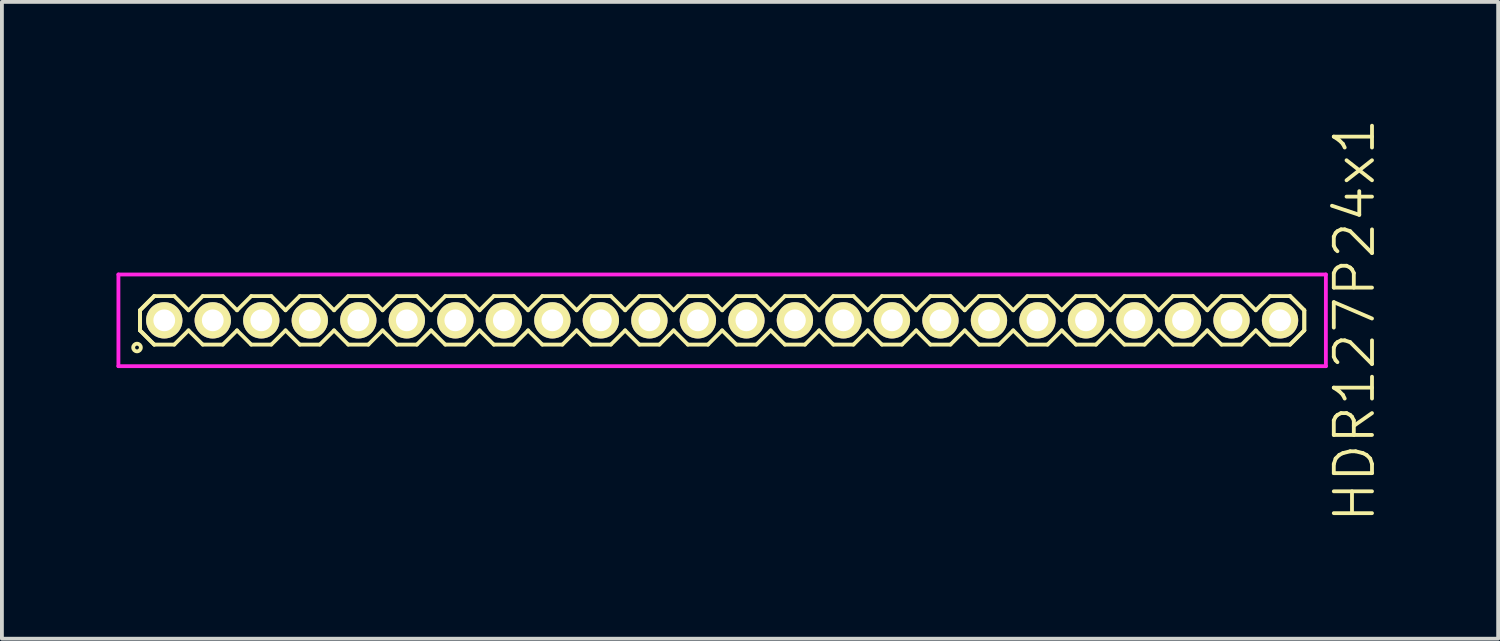
<source format=kicad_pcb>
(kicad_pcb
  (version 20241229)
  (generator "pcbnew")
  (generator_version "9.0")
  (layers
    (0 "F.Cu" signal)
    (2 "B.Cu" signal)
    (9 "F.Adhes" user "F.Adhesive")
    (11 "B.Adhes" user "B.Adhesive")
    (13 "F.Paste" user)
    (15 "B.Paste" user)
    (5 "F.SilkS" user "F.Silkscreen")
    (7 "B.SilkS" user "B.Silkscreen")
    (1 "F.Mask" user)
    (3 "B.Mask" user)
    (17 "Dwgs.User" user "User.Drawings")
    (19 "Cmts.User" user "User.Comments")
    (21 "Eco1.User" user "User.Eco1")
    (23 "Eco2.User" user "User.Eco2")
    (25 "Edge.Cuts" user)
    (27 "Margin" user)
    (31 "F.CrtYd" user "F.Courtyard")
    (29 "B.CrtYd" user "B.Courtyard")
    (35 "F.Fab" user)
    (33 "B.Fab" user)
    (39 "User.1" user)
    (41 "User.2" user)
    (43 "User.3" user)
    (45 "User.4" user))
  (footprint "HDR127P24x1"
    (layer "F.Cu")
    (at 15.855 5.336)
    (property "Reference" "HDR127P24x1" (at 16.555 0 90) (layer "F.SilkS") (effects (font (size 1 1) (thickness 0.1))))
    (attr through_hole)
    (fp_line (start -15.24 -0.263) (end -14.868 -0.635) (stroke (width 0.1) (type solid)) (layer "F.SilkS"))
    (fp_line (start -15.24 -0.263) (end -14.868 -0.635) (stroke (width 0.1) (type solid)) (layer "F.SilkS"))
    (fp_line (start -15.24 0.263) (end -15.24 -0.263) (stroke (width 0.1) (type solid)) (layer "F.SilkS"))
    (fp_line (start -15.24 0.263) (end -15.24 -0.263) (stroke (width 0.1) (type solid)) (layer "F.SilkS"))
    (fp_line (start -14.868 -0.635) (end -14.342 -0.635) (stroke (width 0.1) (type solid)) (layer "F.SilkS"))
    (fp_line (start -14.868 0.635) (end -15.24 0.263) (stroke (width 0.1) (type solid)) (layer "F.SilkS"))
    (fp_line (start -14.868 0.635) (end -15.24 0.263) (stroke (width 0.1) (type solid)) (layer "F.SilkS"))
    (fp_line (start -14.342 -0.635) (end -13.97 -0.263) (stroke (width 0.1) (type solid)) (layer "F.SilkS"))
    (fp_line (start -14.342 0.635) (end -14.868 0.635) (stroke (width 0.1) (type solid)) (layer "F.SilkS"))
    (fp_line (start -13.97 -0.263) (end -13.598 -0.635) (stroke (width 0.1) (type solid)) (layer "F.SilkS"))
    (fp_line (start -13.97 0.263) (end -14.342 0.635) (stroke (width 0.1) (type solid)) (layer "F.SilkS"))
    (fp_line (start -13.598 -0.635) (end -13.072 -0.635) (stroke (width 0.1) (type solid)) (layer "F.SilkS"))
    (fp_line (start -13.598 0.635) (end -13.97 0.263) (stroke (width 0.1) (type solid)) (layer "F.SilkS"))
    (fp_line (start -13.072 -0.635) (end -12.7 -0.263) (stroke (width 0.1) (type solid)) (layer "F.SilkS"))
    (fp_line (start -13.072 0.635) (end -13.598 0.635) (stroke (width 0.1) (type solid)) (layer "F.SilkS"))
    (fp_line (start -12.7 -0.263) (end -12.328 -0.635) (stroke (width 0.1) (type solid)) (layer "F.SilkS"))
    (fp_line (start -12.7 0.263) (end -13.072 0.635) (stroke (width 0.1) (type solid)) (layer "F.SilkS"))
    (fp_line (start -12.328 -0.635) (end -11.802 -0.635) (stroke (width 0.1) (type solid)) (layer "F.SilkS"))
    (fp_line (start -12.328 0.635) (end -12.7 0.263) (stroke (width 0.1) (type solid)) (layer "F.SilkS"))
    (fp_line (start -11.802 -0.635) (end -11.43 -0.263) (stroke (width 0.1) (type solid)) (layer "F.SilkS"))
    (fp_line (start -11.802 0.635) (end -12.328 0.635) (stroke (width 0.1) (type solid)) (layer "F.SilkS"))
    (fp_line (start -11.43 -0.263) (end -11.058 -0.635) (stroke (width 0.1) (type solid)) (layer "F.SilkS"))
    (fp_line (start -11.43 0.263) (end -11.802 0.635) (stroke (width 0.1) (type solid)) (layer "F.SilkS"))
    (fp_line (start -11.058 -0.635) (end -10.532 -0.635) (stroke (width 0.1) (type solid)) (layer "F.SilkS"))
    (fp_line (start -11.058 0.635) (end -11.43 0.263) (stroke (width 0.1) (type solid)) (layer "F.SilkS"))
    (fp_line (start -10.532 -0.635) (end -10.16 -0.263) (stroke (width 0.1) (type solid)) (layer "F.SilkS"))
    (fp_line (start -10.532 0.635) (end -11.058 0.635) (stroke (width 0.1) (type solid)) (layer "F.SilkS"))
    (fp_line (start -10.16 -0.263) (end -9.788 -0.635) (stroke (width 0.1) (type solid)) (layer "F.SilkS"))
    (fp_line (start -10.16 0.263) (end -10.532 0.635) (stroke (width 0.1) (type solid)) (layer "F.SilkS"))
    (fp_line (start -9.788 -0.635) (end -9.262 -0.635) (stroke (width 0.1) (type solid)) (layer "F.SilkS"))
    (fp_line (start -9.788 0.635) (end -10.16 0.263) (stroke (width 0.1) (type solid)) (layer "F.SilkS"))
    (fp_line (start -9.262 -0.635) (end -8.89 -0.263) (stroke (width 0.1) (type solid)) (layer "F.SilkS"))
    (fp_line (start -9.262 0.635) (end -9.788 0.635) (stroke (width 0.1) (type solid)) (layer "F.SilkS"))
    (fp_line (start -8.89 -0.263) (end -8.518 -0.635) (stroke (width 0.1) (type solid)) (layer "F.SilkS"))
    (fp_line (start -8.89 0.263) (end -9.262 0.635) (stroke (width 0.1) (type solid)) (layer "F.SilkS"))
    (fp_line (start -8.518 -0.635) (end -7.992 -0.635) (stroke (width 0.1) (type solid)) (layer "F.SilkS"))
    (fp_line (start -8.518 0.635) (end -8.89 0.263) (stroke (width 0.1) (type solid)) (layer "F.SilkS"))
    (fp_line (start -7.992 -0.635) (end -7.62 -0.263) (stroke (width 0.1) (type solid)) (layer "F.SilkS"))
    (fp_line (start -7.992 0.635) (end -8.518 0.635) (stroke (width 0.1) (type solid)) (layer "F.SilkS"))
    (fp_line (start -7.62 -0.263) (end -7.248 -0.635) (stroke (width 0.1) (type solid)) (layer "F.SilkS"))
    (fp_line (start -7.62 0.263) (end -7.992 0.635) (stroke (width 0.1) (type solid)) (layer "F.SilkS"))
    (fp_line (start -7.248 -0.635) (end -6.722 -0.635) (stroke (width 0.1) (type solid)) (layer "F.SilkS"))
    (fp_line (start -7.248 0.635) (end -7.62 0.263) (stroke (width 0.1) (type solid)) (layer "F.SilkS"))
    (fp_line (start -6.722 -0.635) (end -6.35 -0.263) (stroke (width 0.1) (type solid)) (layer "F.SilkS"))
    (fp_line (start -6.722 0.635) (end -7.248 0.635) (stroke (width 0.1) (type solid)) (layer "F.SilkS"))
    (fp_line (start -6.35 -0.263) (end -5.978 -0.635) (stroke (width 0.1) (type solid)) (layer "F.SilkS"))
    (fp_line (start -6.35 0.263) (end -6.722 0.635) (stroke (width 0.1) (type solid)) (layer "F.SilkS"))
    (fp_line (start -5.978 -0.635) (end -5.452 -0.635) (stroke (width 0.1) (type solid)) (layer "F.SilkS"))
    (fp_line (start -5.978 0.635) (end -6.35 0.263) (stroke (width 0.1) (type solid)) (layer "F.SilkS"))
    (fp_line (start -5.452 -0.635) (end -5.08 -0.263) (stroke (width 0.1) (type solid)) (layer "F.SilkS"))
    (fp_line (start -5.452 0.635) (end -5.978 0.635) (stroke (width 0.1) (type solid)) (layer "F.SilkS"))
    (fp_line (start -5.08 -0.263) (end -4.708 -0.635) (stroke (width 0.1) (type solid)) (layer "F.SilkS"))
    (fp_line (start -5.08 0.263) (end -5.452 0.635) (stroke (width 0.1) (type solid)) (layer "F.SilkS"))
    (fp_line (start -4.708 -0.635) (end -4.182 -0.635) (stroke (width 0.1) (type solid)) (layer "F.SilkS"))
    (fp_line (start -4.708 0.635) (end -5.08 0.263) (stroke (width 0.1) (type solid)) (layer "F.SilkS"))
    (fp_line (start -4.182 -0.635) (end -3.81 -0.263) (stroke (width 0.1) (type solid)) (layer "F.SilkS"))
    (fp_line (start -4.182 0.635) (end -4.708 0.635) (stroke (width 0.1) (type solid)) (layer "F.SilkS"))
    (fp_line (start -3.81 -0.263) (end -3.438 -0.635) (stroke (width 0.1) (type solid)) (layer "F.SilkS"))
    (fp_line (start -3.81 0.263) (end -4.182 0.635) (stroke (width 0.1) (type solid)) (layer "F.SilkS"))
    (fp_line (start -3.438 -0.635) (end -2.912 -0.635) (stroke (width 0.1) (type solid)) (layer "F.SilkS"))
    (fp_line (start -3.438 0.635) (end -3.81 0.263) (stroke (width 0.1) (type solid)) (layer "F.SilkS"))
    (fp_line (start -2.912 -0.635) (end -2.54 -0.263) (stroke (width 0.1) (type solid)) (layer "F.SilkS"))
    (fp_line (start -2.912 0.635) (end -3.438 0.635) (stroke (width 0.1) (type solid)) (layer "F.SilkS"))
    (fp_line (start -2.54 -0.263) (end -2.168 -0.635) (stroke (width 0.1) (type solid)) (layer "F.SilkS"))
    (fp_line (start -2.54 0.263) (end -2.912 0.635) (stroke (width 0.1) (type solid)) (layer "F.SilkS"))
    (fp_line (start -2.168 -0.635) (end -1.642 -0.635) (stroke (width 0.1) (type solid)) (layer "F.SilkS"))
    (fp_line (start -2.168 0.635) (end -2.54 0.263) (stroke (width 0.1) (type solid)) (layer "F.SilkS"))
    (fp_line (start -1.642 -0.635) (end -1.27 -0.263) (stroke (width 0.1) (type solid)) (layer "F.SilkS"))
    (fp_line (start -1.642 0.635) (end -2.168 0.635) (stroke (width 0.1) (type solid)) (layer "F.SilkS"))
    (fp_line (start -1.27 -0.263) (end -0.898 -0.635) (stroke (width 0.1) (type solid)) (layer "F.SilkS"))
    (fp_line (start -1.27 0.263) (end -1.642 0.635) (stroke (width 0.1) (type solid)) (layer "F.SilkS"))
    (fp_line (start -0.898 -0.635) (end -0.372 -0.635) (stroke (width 0.1) (type solid)) (layer "F.SilkS"))
    (fp_line (start -0.898 0.635) (end -1.27 0.263) (stroke (width 0.1) (type solid)) (layer "F.SilkS"))
    (fp_line (start -0.372 -0.635) (end 0 -0.263) (stroke (width 0.1) (type solid)) (layer "F.SilkS"))
    (fp_line (start -0.372 0.635) (end -0.898 0.635) (stroke (width 0.1) (type solid)) (layer "F.SilkS"))
    (fp_line (start 0 -0.263) (end 0.372 -0.635) (stroke (width 0.1) (type solid)) (layer "F.SilkS"))
    (fp_line (start 0 0.263) (end -0.372 0.635) (stroke (width 0.1) (type solid)) (layer "F.SilkS"))
    (fp_line (start 0.372 -0.635) (end 0.898 -0.635) (stroke (width 0.1) (type solid)) (layer "F.SilkS"))
    (fp_line (start 0.372 0.635) (end 0 0.263) (stroke (width 0.1) (type solid)) (layer "F.SilkS"))
    (fp_line (start 0.898 -0.635) (end 1.27 -0.263) (stroke (width 0.1) (type solid)) (layer "F.SilkS"))
    (fp_line (start 0.898 0.635) (end 0.372 0.635) (stroke (width 0.1) (type solid)) (layer "F.SilkS"))
    (fp_line (start 1.27 -0.263) (end 1.642 -0.635) (stroke (width 0.1) (type solid)) (layer "F.SilkS"))
    (fp_line (start 1.27 0.263) (end 0.898 0.635) (stroke (width 0.1) (type solid)) (layer "F.SilkS"))
    (fp_line (start 1.642 -0.635) (end 2.168 -0.635) (stroke (width 0.1) (type solid)) (layer "F.SilkS"))
    (fp_line (start 1.642 0.635) (end 1.27 0.263) (stroke (width 0.1) (type solid)) (layer "F.SilkS"))
    (fp_line (start 2.168 -0.635) (end 2.54 -0.263) (stroke (width 0.1) (type solid)) (layer "F.SilkS"))
    (fp_line (start 2.168 0.635) (end 1.642 0.635) (stroke (width 0.1) (type solid)) (layer "F.SilkS"))
    (fp_line (start 2.54 -0.263) (end 2.912 -0.635) (stroke (width 0.1) (type solid)) (layer "F.SilkS"))
    (fp_line (start 2.54 0.263) (end 2.168 0.635) (stroke (width 0.1) (type solid)) (layer "F.SilkS"))
    (fp_line (start 2.912 -0.635) (end 3.438 -0.635) (stroke (width 0.1) (type solid)) (layer "F.SilkS"))
    (fp_line (start 2.912 0.635) (end 2.54 0.263) (stroke (width 0.1) (type solid)) (layer "F.SilkS"))
    (fp_line (start 3.438 -0.635) (end 3.81 -0.263) (stroke (width 0.1) (type solid)) (layer "F.SilkS"))
    (fp_line (start 3.438 0.635) (end 2.912 0.635) (stroke (width 0.1) (type solid)) (layer "F.SilkS"))
    (fp_line (start 3.81 -0.263) (end 4.182 -0.635) (stroke (width 0.1) (type solid)) (layer "F.SilkS"))
    (fp_line (start 3.81 0.263) (end 3.438 0.635) (stroke (width 0.1) (type solid)) (layer "F.SilkS"))
    (fp_line (start 4.182 -0.635) (end 4.708 -0.635) (stroke (width 0.1) (type solid)) (layer "F.SilkS"))
    (fp_line (start 4.182 0.635) (end 3.81 0.263) (stroke (width 0.1) (type solid)) (layer "F.SilkS"))
    (fp_line (start 4.708 -0.635) (end 5.08 -0.263) (stroke (width 0.1) (type solid)) (layer "F.SilkS"))
    (fp_line (start 4.708 0.635) (end 4.182 0.635) (stroke (width 0.1) (type solid)) (layer "F.SilkS"))
    (fp_line (start 5.08 -0.263) (end 5.452 -0.635) (stroke (width 0.1) (type solid)) (layer "F.SilkS"))
    (fp_line (start 5.08 0.263) (end 4.708 0.635) (stroke (width 0.1) (type solid)) (layer "F.SilkS"))
    (fp_line (start 5.452 -0.635) (end 5.978 -0.635) (stroke (width 0.1) (type solid)) (layer "F.SilkS"))
    (fp_line (start 5.452 0.635) (end 5.08 0.263) (stroke (width 0.1) (type solid)) (layer "F.SilkS"))
    (fp_line (start 5.978 -0.635) (end 6.35 -0.263) (stroke (width 0.1) (type solid)) (layer "F.SilkS"))
    (fp_line (start 5.978 0.635) (end 5.452 0.635) (stroke (width 0.1) (type solid)) (layer "F.SilkS"))
    (fp_line (start 6.35 -0.263) (end 6.722 -0.635) (stroke (width 0.1) (type solid)) (layer "F.SilkS"))
    (fp_line (start 6.35 0.263) (end 5.978 0.635) (stroke (width 0.1) (type solid)) (layer "F.SilkS"))
    (fp_line (start 6.722 -0.635) (end 7.248 -0.635) (stroke (width 0.1) (type solid)) (layer "F.SilkS"))
    (fp_line (start 6.722 0.635) (end 6.35 0.263) (stroke (width 0.1) (type solid)) (layer "F.SilkS"))
    (fp_line (start 7.248 -0.635) (end 7.62 -0.263) (stroke (width 0.1) (type solid)) (layer "F.SilkS"))
    (fp_line (start 7.248 0.635) (end 6.722 0.635) (stroke (width 0.1) (type solid)) (layer "F.SilkS"))
    (fp_line (start 7.62 -0.263) (end 7.992 -0.635) (stroke (width 0.1) (type solid)) (layer "F.SilkS"))
    (fp_line (start 7.62 0.263) (end 7.248 0.635) (stroke (width 0.1) (type solid)) (layer "F.SilkS"))
    (fp_line (start 7.992 -0.635) (end 8.518 -0.635) (stroke (width 0.1) (type solid)) (layer "F.SilkS"))
    (fp_line (start 7.992 0.635) (end 7.62 0.263) (stroke (width 0.1) (type solid)) (layer "F.SilkS"))
    (fp_line (start 8.518 -0.635) (end 8.89 -0.263) (stroke (width 0.1) (type solid)) (layer "F.SilkS"))
    (fp_line (start 8.518 0.635) (end 7.992 0.635) (stroke (width 0.1) (type solid)) (layer "F.SilkS"))
    (fp_line (start 8.89 -0.263) (end 9.262 -0.635) (stroke (width 0.1) (type solid)) (layer "F.SilkS"))
    (fp_line (start 8.89 0.263) (end 8.518 0.635) (stroke (width 0.1) (type solid)) (layer "F.SilkS"))
    (fp_line (start 9.262 -0.635) (end 9.788 -0.635) (stroke (width 0.1) (type solid)) (layer "F.SilkS"))
    (fp_line (start 9.262 0.635) (end 8.89 0.263) (stroke (width 0.1) (type solid)) (layer "F.SilkS"))
    (fp_line (start 9.788 -0.635) (end 10.16 -0.263) (stroke (width 0.1) (type solid)) (layer "F.SilkS"))
    (fp_line (start 9.788 0.635) (end 9.262 0.635) (stroke (width 0.1) (type solid)) (layer "F.SilkS"))
    (fp_line (start 10.16 -0.263) (end 10.532 -0.635) (stroke (width 0.1) (type solid)) (layer "F.SilkS"))
    (fp_line (start 10.16 0.263) (end 9.788 0.635) (stroke (width 0.1) (type solid)) (layer "F.SilkS"))
    (fp_line (start 10.532 -0.635) (end 11.058 -0.635) (stroke (width 0.1) (type solid)) (layer "F.SilkS"))
    (fp_line (start 10.532 0.635) (end 10.16 0.263) (stroke (width 0.1) (type solid)) (layer "F.SilkS"))
    (fp_line (start 11.058 -0.635) (end 11.43 -0.263) (stroke (width 0.1) (type solid)) (layer "F.SilkS"))
    (fp_line (start 11.058 0.635) (end 10.532 0.635) (stroke (width 0.1) (type solid)) (layer "F.SilkS"))
    (fp_line (start 11.43 -0.263) (end 11.802 -0.635) (stroke (width 0.1) (type solid)) (layer "F.SilkS"))
    (fp_line (start 11.43 0.263) (end 11.058 0.635) (stroke (width 0.1) (type solid)) (layer "F.SilkS"))
    (fp_line (start 11.802 -0.635) (end 12.328 -0.635) (stroke (width 0.1) (type solid)) (layer "F.SilkS"))
    (fp_line (start 11.802 0.635) (end 11.43 0.263) (stroke (width 0.1) (type solid)) (layer "F.SilkS"))
    (fp_line (start 12.328 -0.635) (end 12.7 -0.263) (stroke (width 0.1) (type solid)) (layer "F.SilkS"))
    (fp_line (start 12.328 0.635) (end 11.802 0.635) (stroke (width 0.1) (type solid)) (layer "F.SilkS"))
    (fp_line (start 12.7 -0.263) (end 13.072 -0.635) (stroke (width 0.1) (type solid)) (layer "F.SilkS"))
    (fp_line (start 12.7 0.263) (end 12.328 0.635) (stroke (width 0.1) (type solid)) (layer "F.SilkS"))
    (fp_line (start 13.072 -0.635) (end 13.598 -0.635) (stroke (width 0.1) (type solid)) (layer "F.SilkS"))
    (fp_line (start 13.072 0.635) (end 12.7 0.263) (stroke (width 0.1) (type solid)) (layer "F.SilkS"))
    (fp_line (start 13.598 -0.635) (end 13.97 -0.263) (stroke (width 0.1) (type solid)) (layer "F.SilkS"))
    (fp_line (start 13.598 0.635) (end 13.072 0.635) (stroke (width 0.1) (type solid)) (layer "F.SilkS"))
    (fp_line (start 13.97 -0.263) (end 14.342 -0.635) (stroke (width 0.1) (type solid)) (layer "F.SilkS"))
    (fp_line (start 13.97 0.263) (end 13.598 0.635) (stroke (width 0.1) (type solid)) (layer "F.SilkS"))
    (fp_line (start 14.342 -0.635) (end 14.868 -0.635) (stroke (width 0.1) (type solid)) (layer "F.SilkS"))
    (fp_line (start 14.342 0.635) (end 13.97 0.263) (stroke (width 0.1) (type solid)) (layer "F.SilkS"))
    (fp_line (start 14.868 -0.635) (end 15.24 -0.263) (stroke (width 0.1) (type solid)) (layer "F.SilkS"))
    (fp_line (start 14.868 -0.635) (end 15.24 -0.263) (stroke (width 0.1) (type solid)) (layer "F.SilkS"))
    (fp_line (start 14.868 0.635) (end 14.342 0.635) (stroke (width 0.1) (type solid)) (layer "F.SilkS"))
    (fp_line (start 15.24 -0.263) (end 15.24 0.263) (stroke (width 0.1) (type solid)) (layer "F.SilkS"))
    (fp_line (start 15.24 -0.263) (end 15.24 0.263) (stroke (width 0.1) (type solid)) (layer "F.SilkS"))
    (fp_line (start 15.24 0.263) (end 14.868 0.635) (stroke (width 0.1) (type solid)) (layer "F.SilkS"))
    (fp_line (start 15.24 0.263) (end 14.868 0.635) (stroke (width 0.1) (type solid)) (layer "F.SilkS"))
    (fp_circle (center -15.318 0.712) (end -15.218 0.712) (stroke (width 0.1) (type solid)) (fill no) (layer "F.SilkS"))
    (fp_line (start -15.805 -1.2) (end -15.805 1.2) (stroke (width 0.1) (type solid)) (layer "F.CrtYd"))
    (fp_line (start -15.805 1.2) (end 15.805 1.2) (stroke (width 0.1) (type solid)) (layer "F.CrtYd"))
    (fp_line (start 15.805 -1.2) (end -15.805 -1.2) (stroke (width 0.1) (type solid)) (layer "F.CrtYd"))
    (fp_line (start 15.805 1.2) (end 15.805 -1.2) (stroke (width 0.1) (type solid)) (layer "F.CrtYd"))
    (pad "1" thru_hole oval (at -14.605 0) (size 0.95 0.95) (drill 0.57) (layers "*.Cu" "*.Mask" "F.SilkS"))
    (pad "2" thru_hole oval (at -13.335 0) (size 0.95 0.95) (drill 0.57) (layers "*.Cu" "*.Mask" "F.SilkS"))
    (pad "3" thru_hole oval (at -12.065 0) (size 0.95 0.95) (drill 0.57) (layers "*.Cu" "*.Mask" "F.SilkS"))
    (pad "4" thru_hole oval (at -10.795 0) (size 0.95 0.95) (drill 0.57) (layers "*.Cu" "*.Mask" "F.SilkS"))
    (pad "5" thru_hole oval (at -9.525 0) (size 0.95 0.95) (drill 0.57) (layers "*.Cu" "*.Mask" "F.SilkS"))
    (pad "6" thru_hole oval (at -8.255 0) (size 0.95 0.95) (drill 0.57) (layers "*.Cu" "*.Mask" "F.SilkS"))
    (pad "7" thru_hole oval (at -6.985 0) (size 0.95 0.95) (drill 0.57) (layers "*.Cu" "*.Mask" "F.SilkS"))
    (pad "8" thru_hole oval (at -5.715 0) (size 0.95 0.95) (drill 0.57) (layers "*.Cu" "*.Mask" "F.SilkS"))
    (pad "9" thru_hole oval (at -4.445 0) (size 0.95 0.95) (drill 0.57) (layers "*.Cu" "*.Mask" "F.SilkS"))
    (pad "10" thru_hole oval (at -3.175 0) (size 0.95 0.95) (drill 0.57) (layers "*.Cu" "*.Mask" "F.SilkS"))
    (pad "11" thru_hole oval (at -1.905 0) (size 0.95 0.95) (drill 0.57) (layers "*.Cu" "*.Mask" "F.SilkS"))
    (pad "12" thru_hole oval (at -0.635 0) (size 0.95 0.95) (drill 0.57) (layers "*.Cu" "*.Mask" "F.SilkS"))
    (pad "13" thru_hole oval (at 0.635 0) (size 0.95 0.95) (drill 0.57) (layers "*.Cu" "*.Mask" "F.SilkS"))
    (pad "14" thru_hole oval (at 1.905 0) (size 0.95 0.95) (drill 0.57) (layers "*.Cu" "*.Mask" "F.SilkS"))
    (pad "15" thru_hole oval (at 3.175 0) (size 0.95 0.95) (drill 0.57) (layers "*.Cu" "*.Mask" "F.SilkS"))
    (pad "16" thru_hole oval (at 4.445 0) (size 0.95 0.95) (drill 0.57) (layers "*.Cu" "*.Mask" "F.SilkS"))
    (pad "17" thru_hole oval (at 5.715 0) (size 0.95 0.95) (drill 0.57) (layers "*.Cu" "*.Mask" "F.SilkS"))
    (pad "18" thru_hole oval (at 6.985 0) (size 0.95 0.95) (drill 0.57) (layers "*.Cu" "*.Mask" "F.SilkS"))
    (pad "19" thru_hole oval (at 8.255 0) (size 0.95 0.95) (drill 0.57) (layers "*.Cu" "*.Mask" "F.SilkS"))
    (pad "20" thru_hole oval (at 9.525 0) (size 0.95 0.95) (drill 0.57) (layers "*.Cu" "*.Mask" "F.SilkS"))
    (pad "21" thru_hole oval (at 10.795 0) (size 0.95 0.95) (drill 0.57) (layers "*.Cu" "*.Mask" "F.SilkS"))
    (pad "22" thru_hole oval (at 12.065 0) (size 0.95 0.95) (drill 0.57) (layers "*.Cu" "*.Mask" "F.SilkS"))
    (pad "23" thru_hole oval (at 13.335 0) (size 0.95 0.95) (drill 0.57) (layers "*.Cu" "*.Mask" "F.SilkS"))
    (pad "24" thru_hole oval (at 14.605 0) (size 0.95 0.95) (drill 0.57) (layers "*.Cu" "*.Mask" "F.SilkS")))
  (gr_rect
    (start -3 -3)
    (end 36.17 13.671)
    (stroke (width 0.1) (type default))
    (fill no)
    (layer "Edge.Cuts")))
</source>
